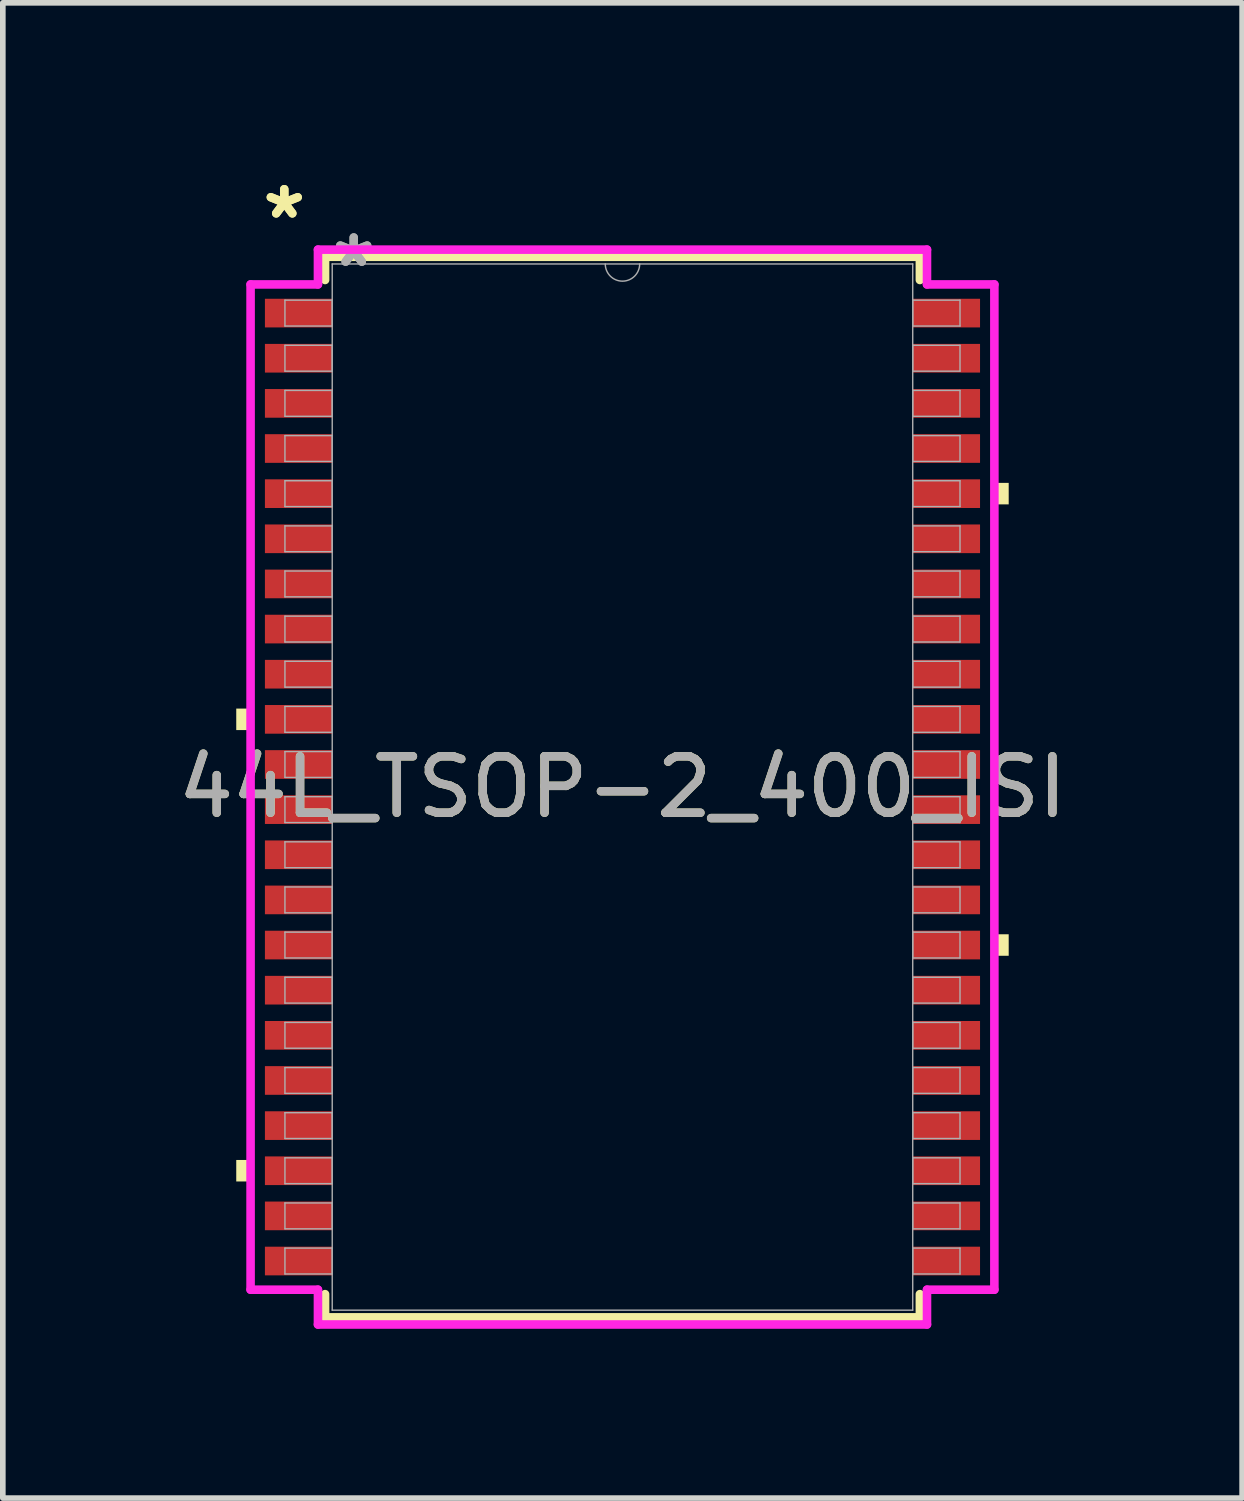
<source format=kicad_pcb>
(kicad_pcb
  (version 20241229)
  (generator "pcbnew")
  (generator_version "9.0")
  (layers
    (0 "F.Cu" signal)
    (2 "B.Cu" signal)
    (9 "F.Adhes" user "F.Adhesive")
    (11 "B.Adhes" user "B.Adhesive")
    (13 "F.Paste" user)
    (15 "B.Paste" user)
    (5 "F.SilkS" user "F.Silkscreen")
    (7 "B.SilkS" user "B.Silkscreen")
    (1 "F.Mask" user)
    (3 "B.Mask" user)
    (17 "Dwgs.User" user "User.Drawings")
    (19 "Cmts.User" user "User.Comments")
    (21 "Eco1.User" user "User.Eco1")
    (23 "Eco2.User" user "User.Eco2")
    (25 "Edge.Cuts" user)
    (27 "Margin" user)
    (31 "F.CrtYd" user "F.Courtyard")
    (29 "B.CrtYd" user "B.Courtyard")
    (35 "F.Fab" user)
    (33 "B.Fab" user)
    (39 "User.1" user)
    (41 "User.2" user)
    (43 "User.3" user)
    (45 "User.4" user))
  (footprint "44L_TSOP-2_400_ISI"
    (layer "F.Cu")
    (at 7.982 10.899)
    (property "Reference" "44L_TSOP-2_400_ISI" (at 0 0 0) (unlocked yes) (layer "F.SilkS") (effects (font (size 1 1) (thickness 0.15))))
    (attr smd)
    (fp_line (start -5.271 -9.398) (end -5.271 -8.987) (stroke (width 0.152) (type solid)) (layer "F.SilkS"))
    (fp_line (start -5.271 8.987) (end -5.271 9.398) (stroke (width 0.152) (type solid)) (layer "F.SilkS"))
    (fp_line (start -5.271 9.398) (end 5.271 9.398) (stroke (width 0.152) (type solid)) (layer "F.SilkS"))
    (fp_line (start 5.271 -9.398) (end -5.271 -9.398) (stroke (width 0.152) (type solid)) (layer "F.SilkS"))
    (fp_line (start 5.271 -8.987) (end 5.271 -9.398) (stroke (width 0.152) (type solid)) (layer "F.SilkS"))
    (fp_line (start 5.271 9.398) (end 5.271 8.987) (stroke (width 0.152) (type solid)) (layer "F.SilkS"))
    (fp_poly (pts (xy -6.845 -1.391) (xy -6.845 -1.01) (xy -6.591 -1.01) (xy -6.591 -1.391)) (stroke (width 0) (type solid)) (fill yes) (layer "F.SilkS"))
    (fp_poly (pts (xy -6.845 6.609) (xy -6.845 6.99) (xy -6.591 6.99) (xy -6.591 6.609)) (stroke (width 0) (type solid)) (fill yes) (layer "F.SilkS"))
    (fp_poly (pts (xy 6.845 -5.391) (xy 6.845 -5.01) (xy 6.591 -5.01) (xy 6.591 -5.391)) (stroke (width 0) (type solid)) (fill yes) (layer "F.SilkS"))
    (fp_poly (pts (xy 6.845 2.609) (xy 6.845 2.99) (xy 6.591 2.99) (xy 6.591 2.609)) (stroke (width 0) (type solid)) (fill yes) (layer "F.SilkS"))
    (fp_line (start -6.591 -8.908) (end -5.397 -8.908) (stroke (width 0.152) (type solid)) (layer "F.CrtYd"))
    (fp_line (start -6.591 8.908) (end -6.591 -8.908) (stroke (width 0.152) (type solid)) (layer "F.CrtYd"))
    (fp_line (start -6.591 8.908) (end -5.397 8.908) (stroke (width 0.152) (type solid)) (layer "F.CrtYd"))
    (fp_line (start -5.397 -9.525) (end 5.397 -9.525) (stroke (width 0.152) (type solid)) (layer "F.CrtYd"))
    (fp_line (start -5.397 -8.908) (end -5.397 -9.525) (stroke (width 0.152) (type solid)) (layer "F.CrtYd"))
    (fp_line (start -5.397 9.525) (end -5.397 8.908) (stroke (width 0.152) (type solid)) (layer "F.CrtYd"))
    (fp_line (start 5.397 -9.525) (end 5.397 -8.908) (stroke (width 0.152) (type solid)) (layer "F.CrtYd"))
    (fp_line (start 5.397 8.908) (end 5.397 9.525) (stroke (width 0.152) (type solid)) (layer "F.CrtYd"))
    (fp_line (start 5.397 9.525) (end -5.397 9.525) (stroke (width 0.152) (type solid)) (layer "F.CrtYd"))
    (fp_line (start 6.591 -8.908) (end 5.397 -8.908) (stroke (width 0.152) (type solid)) (layer "F.CrtYd"))
    (fp_line (start 6.591 -8.908) (end 6.591 8.908) (stroke (width 0.152) (type solid)) (layer "F.CrtYd"))
    (fp_line (start 6.591 8.908) (end 5.397 8.908) (stroke (width 0.152) (type solid)) (layer "F.CrtYd"))
    (fp_line (start -5.982 -8.629) (end -5.982 -8.171) (stroke (width 0.025) (type solid)) (layer "F.Fab"))
    (fp_line (start -5.982 -8.171) (end -5.144 -8.171) (stroke (width 0.025) (type solid)) (layer "F.Fab"))
    (fp_line (start -5.982 -7.829) (end -5.982 -7.371) (stroke (width 0.025) (type solid)) (layer "F.Fab"))
    (fp_line (start -5.982 -7.371) (end -5.144 -7.371) (stroke (width 0.025) (type solid)) (layer "F.Fab"))
    (fp_line (start -5.982 -7.029) (end -5.982 -6.571) (stroke (width 0.025) (type solid)) (layer "F.Fab"))
    (fp_line (start -5.982 -6.571) (end -5.144 -6.571) (stroke (width 0.025) (type solid)) (layer "F.Fab"))
    (fp_line (start -5.982 -6.229) (end -5.982 -5.771) (stroke (width 0.025) (type solid)) (layer "F.Fab"))
    (fp_line (start -5.982 -5.771) (end -5.144 -5.771) (stroke (width 0.025) (type solid)) (layer "F.Fab"))
    (fp_line (start -5.982 -5.429) (end -5.982 -4.971) (stroke (width 0.025) (type solid)) (layer "F.Fab"))
    (fp_line (start -5.982 -4.971) (end -5.144 -4.971) (stroke (width 0.025) (type solid)) (layer "F.Fab"))
    (fp_line (start -5.982 -4.629) (end -5.982 -4.171) (stroke (width 0.025) (type solid)) (layer "F.Fab"))
    (fp_line (start -5.982 -4.171) (end -5.144 -4.171) (stroke (width 0.025) (type solid)) (layer "F.Fab"))
    (fp_line (start -5.982 -3.829) (end -5.982 -3.371) (stroke (width 0.025) (type solid)) (layer "F.Fab"))
    (fp_line (start -5.982 -3.371) (end -5.144 -3.371) (stroke (width 0.025) (type solid)) (layer "F.Fab"))
    (fp_line (start -5.982 -3.029) (end -5.982 -2.571) (stroke (width 0.025) (type solid)) (layer "F.Fab"))
    (fp_line (start -5.982 -2.571) (end -5.144 -2.571) (stroke (width 0.025) (type solid)) (layer "F.Fab"))
    (fp_line (start -5.982 -2.229) (end -5.982 -1.771) (stroke (width 0.025) (type solid)) (layer "F.Fab"))
    (fp_line (start -5.982 -1.771) (end -5.144 -1.771) (stroke (width 0.025) (type solid)) (layer "F.Fab"))
    (fp_line (start -5.982 -1.429) (end -5.982 -0.971) (stroke (width 0.025) (type solid)) (layer "F.Fab"))
    (fp_line (start -5.982 -0.971) (end -5.144 -0.971) (stroke (width 0.025) (type solid)) (layer "F.Fab"))
    (fp_line (start -5.982 -0.629) (end -5.982 -0.171) (stroke (width 0.025) (type solid)) (layer "F.Fab"))
    (fp_line (start -5.982 -0.171) (end -5.144 -0.171) (stroke (width 0.025) (type solid)) (layer "F.Fab"))
    (fp_line (start -5.982 0.171) (end -5.982 0.629) (stroke (width 0.025) (type solid)) (layer "F.Fab"))
    (fp_line (start -5.982 0.629) (end -5.144 0.629) (stroke (width 0.025) (type solid)) (layer "F.Fab"))
    (fp_line (start -5.982 0.971) (end -5.982 1.429) (stroke (width 0.025) (type solid)) (layer "F.Fab"))
    (fp_line (start -5.982 1.429) (end -5.144 1.429) (stroke (width 0.025) (type solid)) (layer "F.Fab"))
    (fp_line (start -5.982 1.771) (end -5.982 2.229) (stroke (width 0.025) (type solid)) (layer "F.Fab"))
    (fp_line (start -5.982 2.229) (end -5.144 2.229) (stroke (width 0.025) (type solid)) (layer "F.Fab"))
    (fp_line (start -5.982 2.571) (end -5.982 3.029) (stroke (width 0.025) (type solid)) (layer "F.Fab"))
    (fp_line (start -5.982 3.029) (end -5.144 3.029) (stroke (width 0.025) (type solid)) (layer "F.Fab"))
    (fp_line (start -5.982 3.371) (end -5.982 3.829) (stroke (width 0.025) (type solid)) (layer "F.Fab"))
    (fp_line (start -5.982 3.829) (end -5.144 3.829) (stroke (width 0.025) (type solid)) (layer "F.Fab"))
    (fp_line (start -5.982 4.171) (end -5.982 4.629) (stroke (width 0.025) (type solid)) (layer "F.Fab"))
    (fp_line (start -5.982 4.629) (end -5.144 4.629) (stroke (width 0.025) (type solid)) (layer "F.Fab"))
    (fp_line (start -5.982 4.971) (end -5.982 5.429) (stroke (width 0.025) (type solid)) (layer "F.Fab"))
    (fp_line (start -5.982 5.429) (end -5.144 5.429) (stroke (width 0.025) (type solid)) (layer "F.Fab"))
    (fp_line (start -5.982 5.771) (end -5.982 6.229) (stroke (width 0.025) (type solid)) (layer "F.Fab"))
    (fp_line (start -5.982 6.229) (end -5.144 6.229) (stroke (width 0.025) (type solid)) (layer "F.Fab"))
    (fp_line (start -5.982 6.571) (end -5.982 7.029) (stroke (width 0.025) (type solid)) (layer "F.Fab"))
    (fp_line (start -5.982 7.029) (end -5.144 7.029) (stroke (width 0.025) (type solid)) (layer "F.Fab"))
    (fp_line (start -5.982 7.371) (end -5.982 7.829) (stroke (width 0.025) (type solid)) (layer "F.Fab"))
    (fp_line (start -5.982 7.829) (end -5.144 7.829) (stroke (width 0.025) (type solid)) (layer "F.Fab"))
    (fp_line (start -5.982 8.171) (end -5.982 8.629) (stroke (width 0.025) (type solid)) (layer "F.Fab"))
    (fp_line (start -5.982 8.629) (end -5.144 8.629) (stroke (width 0.025) (type solid)) (layer "F.Fab"))
    (fp_line (start -5.144 -9.271) (end -5.144 9.271) (stroke (width 0.025) (type solid)) (layer "F.Fab"))
    (fp_line (start -5.144 -8.629) (end -5.982 -8.629) (stroke (width 0.025) (type solid)) (layer "F.Fab"))
    (fp_line (start -5.144 -8.171) (end -5.144 -8.629) (stroke (width 0.025) (type solid)) (layer "F.Fab"))
    (fp_line (start -5.144 -7.829) (end -5.982 -7.829) (stroke (width 0.025) (type solid)) (layer "F.Fab"))
    (fp_line (start -5.144 -7.371) (end -5.144 -7.829) (stroke (width 0.025) (type solid)) (layer "F.Fab"))
    (fp_line (start -5.144 -7.029) (end -5.982 -7.029) (stroke (width 0.025) (type solid)) (layer "F.Fab"))
    (fp_line (start -5.144 -6.571) (end -5.144 -7.029) (stroke (width 0.025) (type solid)) (layer "F.Fab"))
    (fp_line (start -5.144 -6.229) (end -5.982 -6.229) (stroke (width 0.025) (type solid)) (layer "F.Fab"))
    (fp_line (start -5.144 -5.771) (end -5.144 -6.229) (stroke (width 0.025) (type solid)) (layer "F.Fab"))
    (fp_line (start -5.144 -5.429) (end -5.982 -5.429) (stroke (width 0.025) (type solid)) (layer "F.Fab"))
    (fp_line (start -5.144 -4.971) (end -5.144 -5.429) (stroke (width 0.025) (type solid)) (layer "F.Fab"))
    (fp_line (start -5.144 -4.629) (end -5.982 -4.629) (stroke (width 0.025) (type solid)) (layer "F.Fab"))
    (fp_line (start -5.144 -4.171) (end -5.144 -4.629) (stroke (width 0.025) (type solid)) (layer "F.Fab"))
    (fp_line (start -5.144 -3.829) (end -5.982 -3.829) (stroke (width 0.025) (type solid)) (layer "F.Fab"))
    (fp_line (start -5.144 -3.371) (end -5.144 -3.829) (stroke (width 0.025) (type solid)) (layer "F.Fab"))
    (fp_line (start -5.144 -3.029) (end -5.982 -3.029) (stroke (width 0.025) (type solid)) (layer "F.Fab"))
    (fp_line (start -5.144 -2.571) (end -5.144 -3.029) (stroke (width 0.025) (type solid)) (layer "F.Fab"))
    (fp_line (start -5.144 -2.229) (end -5.982 -2.229) (stroke (width 0.025) (type solid)) (layer "F.Fab"))
    (fp_line (start -5.144 -1.771) (end -5.144 -2.229) (stroke (width 0.025) (type solid)) (layer "F.Fab"))
    (fp_line (start -5.144 -1.429) (end -5.982 -1.429) (stroke (width 0.025) (type solid)) (layer "F.Fab"))
    (fp_line (start -5.144 -0.971) (end -5.144 -1.429) (stroke (width 0.025) (type solid)) (layer "F.Fab"))
    (fp_line (start -5.144 -0.629) (end -5.982 -0.629) (stroke (width 0.025) (type solid)) (layer "F.Fab"))
    (fp_line (start -5.144 -0.171) (end -5.144 -0.629) (stroke (width 0.025) (type solid)) (layer "F.Fab"))
    (fp_line (start -5.144 0.171) (end -5.982 0.171) (stroke (width 0.025) (type solid)) (layer "F.Fab"))
    (fp_line (start -5.144 0.629) (end -5.144 0.171) (stroke (width 0.025) (type solid)) (layer "F.Fab"))
    (fp_line (start -5.144 0.971) (end -5.982 0.971) (stroke (width 0.025) (type solid)) (layer "F.Fab"))
    (fp_line (start -5.144 1.429) (end -5.144 0.971) (stroke (width 0.025) (type solid)) (layer "F.Fab"))
    (fp_line (start -5.144 1.771) (end -5.982 1.771) (stroke (width 0.025) (type solid)) (layer "F.Fab"))
    (fp_line (start -5.144 2.229) (end -5.144 1.771) (stroke (width 0.025) (type solid)) (layer "F.Fab"))
    (fp_line (start -5.144 2.571) (end -5.982 2.571) (stroke (width 0.025) (type solid)) (layer "F.Fab"))
    (fp_line (start -5.144 3.029) (end -5.144 2.571) (stroke (width 0.025) (type solid)) (layer "F.Fab"))
    (fp_line (start -5.144 3.371) (end -5.982 3.371) (stroke (width 0.025) (type solid)) (layer "F.Fab"))
    (fp_line (start -5.144 3.829) (end -5.144 3.371) (stroke (width 0.025) (type solid)) (layer "F.Fab"))
    (fp_line (start -5.144 4.171) (end -5.982 4.171) (stroke (width 0.025) (type solid)) (layer "F.Fab"))
    (fp_line (start -5.144 4.629) (end -5.144 4.171) (stroke (width 0.025) (type solid)) (layer "F.Fab"))
    (fp_line (start -5.144 4.971) (end -5.982 4.971) (stroke (width 0.025) (type solid)) (layer "F.Fab"))
    (fp_line (start -5.144 5.429) (end -5.144 4.971) (stroke (width 0.025) (type solid)) (layer "F.Fab"))
    (fp_line (start -5.144 5.771) (end -5.982 5.771) (stroke (width 0.025) (type solid)) (layer "F.Fab"))
    (fp_line (start -5.144 6.229) (end -5.144 5.771) (stroke (width 0.025) (type solid)) (layer "F.Fab"))
    (fp_line (start -5.144 6.571) (end -5.982 6.571) (stroke (width 0.025) (type solid)) (layer "F.Fab"))
    (fp_line (start -5.144 7.029) (end -5.144 6.571) (stroke (width 0.025) (type solid)) (layer "F.Fab"))
    (fp_line (start -5.144 7.371) (end -5.982 7.371) (stroke (width 0.025) (type solid)) (layer "F.Fab"))
    (fp_line (start -5.144 7.829) (end -5.144 7.371) (stroke (width 0.025) (type solid)) (layer "F.Fab"))
    (fp_line (start -5.144 8.171) (end -5.982 8.171) (stroke (width 0.025) (type solid)) (layer "F.Fab"))
    (fp_line (start -5.144 8.629) (end -5.144 8.171) (stroke (width 0.025) (type solid)) (layer "F.Fab"))
    (fp_line (start -5.144 9.271) (end 5.144 9.271) (stroke (width 0.025) (type solid)) (layer "F.Fab"))
    (fp_line (start 5.144 -9.271) (end -5.144 -9.271) (stroke (width 0.025) (type solid)) (layer "F.Fab"))
    (fp_line (start 5.144 -8.629) (end 5.144 -8.171) (stroke (width 0.025) (type solid)) (layer "F.Fab"))
    (fp_line (start 5.144 -8.171) (end 5.982 -8.171) (stroke (width 0.025) (type solid)) (layer "F.Fab"))
    (fp_line (start 5.144 -7.829) (end 5.144 -7.371) (stroke (width 0.025) (type solid)) (layer "F.Fab"))
    (fp_line (start 5.144 -7.371) (end 5.982 -7.371) (stroke (width 0.025) (type solid)) (layer "F.Fab"))
    (fp_line (start 5.144 -7.029) (end 5.144 -6.571) (stroke (width 0.025) (type solid)) (layer "F.Fab"))
    (fp_line (start 5.144 -6.571) (end 5.982 -6.571) (stroke (width 0.025) (type solid)) (layer "F.Fab"))
    (fp_line (start 5.144 -6.229) (end 5.144 -5.771) (stroke (width 0.025) (type solid)) (layer "F.Fab"))
    (fp_line (start 5.144 -5.771) (end 5.982 -5.771) (stroke (width 0.025) (type solid)) (layer "F.Fab"))
    (fp_line (start 5.144 -5.429) (end 5.144 -4.971) (stroke (width 0.025) (type solid)) (layer "F.Fab"))
    (fp_line (start 5.144 -4.971) (end 5.982 -4.971) (stroke (width 0.025) (type solid)) (layer "F.Fab"))
    (fp_line (start 5.144 -4.629) (end 5.144 -4.171) (stroke (width 0.025) (type solid)) (layer "F.Fab"))
    (fp_line (start 5.144 -4.171) (end 5.982 -4.171) (stroke (width 0.025) (type solid)) (layer "F.Fab"))
    (fp_line (start 5.144 -3.829) (end 5.144 -3.371) (stroke (width 0.025) (type solid)) (layer "F.Fab"))
    (fp_line (start 5.144 -3.371) (end 5.982 -3.371) (stroke (width 0.025) (type solid)) (layer "F.Fab"))
    (fp_line (start 5.144 -3.029) (end 5.144 -2.571) (stroke (width 0.025) (type solid)) (layer "F.Fab"))
    (fp_line (start 5.144 -2.571) (end 5.982 -2.571) (stroke (width 0.025) (type solid)) (layer "F.Fab"))
    (fp_line (start 5.144 -2.229) (end 5.144 -1.771) (stroke (width 0.025) (type solid)) (layer "F.Fab"))
    (fp_line (start 5.144 -1.771) (end 5.982 -1.771) (stroke (width 0.025) (type solid)) (layer "F.Fab"))
    (fp_line (start 5.144 -1.429) (end 5.144 -0.971) (stroke (width 0.025) (type solid)) (layer "F.Fab"))
    (fp_line (start 5.144 -0.971) (end 5.982 -0.971) (stroke (width 0.025) (type solid)) (layer "F.Fab"))
    (fp_line (start 5.144 -0.629) (end 5.144 -0.171) (stroke (width 0.025) (type solid)) (layer "F.Fab"))
    (fp_line (start 5.144 -0.171) (end 5.982 -0.171) (stroke (width 0.025) (type solid)) (layer "F.Fab"))
    (fp_line (start 5.144 0.171) (end 5.144 0.629) (stroke (width 0.025) (type solid)) (layer "F.Fab"))
    (fp_line (start 5.144 0.629) (end 5.982 0.629) (stroke (width 0.025) (type solid)) (layer "F.Fab"))
    (fp_line (start 5.144 0.971) (end 5.144 1.429) (stroke (width 0.025) (type solid)) (layer "F.Fab"))
    (fp_line (start 5.144 1.429) (end 5.982 1.429) (stroke (width 0.025) (type solid)) (layer "F.Fab"))
    (fp_line (start 5.144 1.771) (end 5.144 2.229) (stroke (width 0.025) (type solid)) (layer "F.Fab"))
    (fp_line (start 5.144 2.229) (end 5.982 2.229) (stroke (width 0.025) (type solid)) (layer "F.Fab"))
    (fp_line (start 5.144 2.571) (end 5.144 3.029) (stroke (width 0.025) (type solid)) (layer "F.Fab"))
    (fp_line (start 5.144 3.029) (end 5.982 3.029) (stroke (width 0.025) (type solid)) (layer "F.Fab"))
    (fp_line (start 5.144 3.371) (end 5.144 3.829) (stroke (width 0.025) (type solid)) (layer "F.Fab"))
    (fp_line (start 5.144 3.829) (end 5.982 3.829) (stroke (width 0.025) (type solid)) (layer "F.Fab"))
    (fp_line (start 5.144 4.171) (end 5.144 4.629) (stroke (width 0.025) (type solid)) (layer "F.Fab"))
    (fp_line (start 5.144 4.629) (end 5.982 4.629) (stroke (width 0.025) (type solid)) (layer "F.Fab"))
    (fp_line (start 5.144 4.971) (end 5.144 5.429) (stroke (width 0.025) (type solid)) (layer "F.Fab"))
    (fp_line (start 5.144 5.429) (end 5.982 5.429) (stroke (width 0.025) (type solid)) (layer "F.Fab"))
    (fp_line (start 5.144 5.771) (end 5.144 6.229) (stroke (width 0.025) (type solid)) (layer "F.Fab"))
    (fp_line (start 5.144 6.229) (end 5.982 6.229) (stroke (width 0.025) (type solid)) (layer "F.Fab"))
    (fp_line (start 5.144 6.571) (end 5.144 7.029) (stroke (width 0.025) (type solid)) (layer "F.Fab"))
    (fp_line (start 5.144 7.029) (end 5.982 7.029) (stroke (width 0.025) (type solid)) (layer "F.Fab"))
    (fp_line (start 5.144 7.371) (end 5.144 7.829) (stroke (width 0.025) (type solid)) (layer "F.Fab"))
    (fp_line (start 5.144 7.829) (end 5.982 7.829) (stroke (width 0.025) (type solid)) (layer "F.Fab"))
    (fp_line (start 5.144 8.171) (end 5.144 8.629) (stroke (width 0.025) (type solid)) (layer "F.Fab"))
    (fp_line (start 5.144 8.629) (end 5.982 8.629) (stroke (width 0.025) (type solid)) (layer "F.Fab"))
    (fp_line (start 5.144 9.271) (end 5.144 -9.271) (stroke (width 0.025) (type solid)) (layer "F.Fab"))
    (fp_line (start 5.982 -8.629) (end 5.144 -8.629) (stroke (width 0.025) (type solid)) (layer "F.Fab"))
    (fp_line (start 5.982 -8.171) (end 5.982 -8.629) (stroke (width 0.025) (type solid)) (layer "F.Fab"))
    (fp_line (start 5.982 -7.829) (end 5.144 -7.829) (stroke (width 0.025) (type solid)) (layer "F.Fab"))
    (fp_line (start 5.982 -7.371) (end 5.982 -7.829) (stroke (width 0.025) (type solid)) (layer "F.Fab"))
    (fp_line (start 5.982 -7.029) (end 5.144 -7.029) (stroke (width 0.025) (type solid)) (layer "F.Fab"))
    (fp_line (start 5.982 -6.571) (end 5.982 -7.029) (stroke (width 0.025) (type solid)) (layer "F.Fab"))
    (fp_line (start 5.982 -6.229) (end 5.144 -6.229) (stroke (width 0.025) (type solid)) (layer "F.Fab"))
    (fp_line (start 5.982 -5.771) (end 5.982 -6.229) (stroke (width 0.025) (type solid)) (layer "F.Fab"))
    (fp_line (start 5.982 -5.429) (end 5.144 -5.429) (stroke (width 0.025) (type solid)) (layer "F.Fab"))
    (fp_line (start 5.982 -4.971) (end 5.982 -5.429) (stroke (width 0.025) (type solid)) (layer "F.Fab"))
    (fp_line (start 5.982 -4.629) (end 5.144 -4.629) (stroke (width 0.025) (type solid)) (layer "F.Fab"))
    (fp_line (start 5.982 -4.171) (end 5.982 -4.629) (stroke (width 0.025) (type solid)) (layer "F.Fab"))
    (fp_line (start 5.982 -3.829) (end 5.144 -3.829) (stroke (width 0.025) (type solid)) (layer "F.Fab"))
    (fp_line (start 5.982 -3.371) (end 5.982 -3.829) (stroke (width 0.025) (type solid)) (layer "F.Fab"))
    (fp_line (start 5.982 -3.029) (end 5.144 -3.029) (stroke (width 0.025) (type solid)) (layer "F.Fab"))
    (fp_line (start 5.982 -2.571) (end 5.982 -3.029) (stroke (width 0.025) (type solid)) (layer "F.Fab"))
    (fp_line (start 5.982 -2.229) (end 5.144 -2.229) (stroke (width 0.025) (type solid)) (layer "F.Fab"))
    (fp_line (start 5.982 -1.771) (end 5.982 -2.229) (stroke (width 0.025) (type solid)) (layer "F.Fab"))
    (fp_line (start 5.982 -1.429) (end 5.144 -1.429) (stroke (width 0.025) (type solid)) (layer "F.Fab"))
    (fp_line (start 5.982 -0.971) (end 5.982 -1.429) (stroke (width 0.025) (type solid)) (layer "F.Fab"))
    (fp_line (start 5.982 -0.629) (end 5.144 -0.629) (stroke (width 0.025) (type solid)) (layer "F.Fab"))
    (fp_line (start 5.982 -0.171) (end 5.982 -0.629) (stroke (width 0.025) (type solid)) (layer "F.Fab"))
    (fp_line (start 5.982 0.171) (end 5.144 0.171) (stroke (width 0.025) (type solid)) (layer "F.Fab"))
    (fp_line (start 5.982 0.629) (end 5.982 0.171) (stroke (width 0.025) (type solid)) (layer "F.Fab"))
    (fp_line (start 5.982 0.971) (end 5.144 0.971) (stroke (width 0.025) (type solid)) (layer "F.Fab"))
    (fp_line (start 5.982 1.429) (end 5.982 0.971) (stroke (width 0.025) (type solid)) (layer "F.Fab"))
    (fp_line (start 5.982 1.771) (end 5.144 1.771) (stroke (width 0.025) (type solid)) (layer "F.Fab"))
    (fp_line (start 5.982 2.229) (end 5.982 1.771) (stroke (width 0.025) (type solid)) (layer "F.Fab"))
    (fp_line (start 5.982 2.571) (end 5.144 2.571) (stroke (width 0.025) (type solid)) (layer "F.Fab"))
    (fp_line (start 5.982 3.029) (end 5.982 2.571) (stroke (width 0.025) (type solid)) (layer "F.Fab"))
    (fp_line (start 5.982 3.371) (end 5.144 3.371) (stroke (width 0.025) (type solid)) (layer "F.Fab"))
    (fp_line (start 5.982 3.829) (end 5.982 3.371) (stroke (width 0.025) (type solid)) (layer "F.Fab"))
    (fp_line (start 5.982 4.171) (end 5.144 4.171) (stroke (width 0.025) (type solid)) (layer "F.Fab"))
    (fp_line (start 5.982 4.629) (end 5.982 4.171) (stroke (width 0.025) (type solid)) (layer "F.Fab"))
    (fp_line (start 5.982 4.971) (end 5.144 4.971) (stroke (width 0.025) (type solid)) (layer "F.Fab"))
    (fp_line (start 5.982 5.429) (end 5.982 4.971) (stroke (width 0.025) (type solid)) (layer "F.Fab"))
    (fp_line (start 5.982 5.771) (end 5.144 5.771) (stroke (width 0.025) (type solid)) (layer "F.Fab"))
    (fp_line (start 5.982 6.229) (end 5.982 5.771) (stroke (width 0.025) (type solid)) (layer "F.Fab"))
    (fp_line (start 5.982 6.571) (end 5.144 6.571) (stroke (width 0.025) (type solid)) (layer "F.Fab"))
    (fp_line (start 5.982 7.029) (end 5.982 6.571) (stroke (width 0.025) (type solid)) (layer "F.Fab"))
    (fp_line (start 5.982 7.371) (end 5.144 7.371) (stroke (width 0.025) (type solid)) (layer "F.Fab"))
    (fp_line (start 5.982 7.829) (end 5.982 7.371) (stroke (width 0.025) (type solid)) (layer "F.Fab"))
    (fp_line (start 5.982 8.171) (end 5.144 8.171) (stroke (width 0.025) (type solid)) (layer "F.Fab"))
    (fp_line (start 5.982 8.629) (end 5.982 8.171) (stroke (width 0.025) (type solid)) (layer "F.Fab"))
    (fp_arc (start 0.3048 -9.271) (mid 0 -8.9662) (end -0.3048 -9.271) (stroke (width 0.0254) (type solid)) (layer "F.Fab"))
    (fp_text user "*" (at -5.994 -10.051 0) (unlocked yes) (layer "F.SilkS") (effects (font (size 1 1) (thickness 0.15))))
    (fp_text user "*" (at -5.994 -10.051 0) (layer "F.SilkS") (effects (font (size 1 1) (thickness 0.15))))
    (fp_text user "${REFERENCE}" (at 0 0 0) (unlocked yes) (layer "F.Fab") (effects (font (size 1 1) (thickness 0.15))))
    (fp_text user "*" (at -4.763 -9.195 0) (layer "F.Fab") (effects (font (size 1 1) (thickness 0.15))))
    (fp_text user "*" (at -4.763 -9.195 0) (unlocked yes) (layer "F.Fab") (effects (font (size 1 1) (thickness 0.15))))
    (pad "1" smd rect (at -5.74 -8.4) (size 1.194 0.508) (layers "F.Cu" "F.Mask" "F.Paste"))
    (pad "2" smd rect (at -5.74 -7.6) (size 1.194 0.508) (layers "F.Cu" "F.Mask" "F.Paste"))
    (pad "3" smd rect (at -5.74 -6.8) (size 1.194 0.508) (layers "F.Cu" "F.Mask" "F.Paste"))
    (pad "4" smd rect (at -5.74 -6) (size 1.194 0.508) (layers "F.Cu" "F.Mask" "F.Paste"))
    (pad "5" smd rect (at -5.74 -5.2) (size 1.194 0.508) (layers "F.Cu" "F.Mask" "F.Paste"))
    (pad "6" smd rect (at -5.74 -4.4) (size 1.194 0.508) (layers "F.Cu" "F.Mask" "F.Paste"))
    (pad "7" smd rect (at -5.74 -3.6) (size 1.194 0.508) (layers "F.Cu" "F.Mask" "F.Paste"))
    (pad "8" smd rect (at -5.74 -2.8) (size 1.194 0.508) (layers "F.Cu" "F.Mask" "F.Paste"))
    (pad "9" smd rect (at -5.74 -2) (size 1.194 0.508) (layers "F.Cu" "F.Mask" "F.Paste"))
    (pad "10" smd rect (at -5.74 -1.2) (size 1.194 0.508) (layers "F.Cu" "F.Mask" "F.Paste"))
    (pad "11" smd rect (at -5.74 -0.4) (size 1.194 0.508) (layers "F.Cu" "F.Mask" "F.Paste"))
    (pad "12" smd rect (at -5.74 0.4) (size 1.194 0.508) (layers "F.Cu" "F.Mask" "F.Paste"))
    (pad "13" smd rect (at -5.74 1.2) (size 1.194 0.508) (layers "F.Cu" "F.Mask" "F.Paste"))
    (pad "14" smd rect (at -5.74 2) (size 1.194 0.508) (layers "F.Cu" "F.Mask" "F.Paste"))
    (pad "15" smd rect (at -5.74 2.8) (size 1.194 0.508) (layers "F.Cu" "F.Mask" "F.Paste"))
    (pad "16" smd rect (at -5.74 3.6) (size 1.194 0.508) (layers "F.Cu" "F.Mask" "F.Paste"))
    (pad "17" smd rect (at -5.74 4.4) (size 1.194 0.508) (layers "F.Cu" "F.Mask" "F.Paste"))
    (pad "18" smd rect (at -5.74 5.2) (size 1.194 0.508) (layers "F.Cu" "F.Mask" "F.Paste"))
    (pad "19" smd rect (at -5.74 6) (size 1.194 0.508) (layers "F.Cu" "F.Mask" "F.Paste"))
    (pad "20" smd rect (at -5.74 6.8) (size 1.194 0.508) (layers "F.Cu" "F.Mask" "F.Paste"))
    (pad "21" smd rect (at -5.74 7.6) (size 1.194 0.508) (layers "F.Cu" "F.Mask" "F.Paste"))
    (pad "22" smd rect (at -5.74 8.4) (size 1.194 0.508) (layers "F.Cu" "F.Mask" "F.Paste"))
    (pad "23" smd rect (at 5.74 8.4) (size 1.194 0.508) (layers "F.Cu" "F.Mask" "F.Paste"))
    (pad "24" smd rect (at 5.74 7.6) (size 1.194 0.508) (layers "F.Cu" "F.Mask" "F.Paste"))
    (pad "25" smd rect (at 5.74 6.8) (size 1.194 0.508) (layers "F.Cu" "F.Mask" "F.Paste"))
    (pad "26" smd rect (at 5.74 6) (size 1.194 0.508) (layers "F.Cu" "F.Mask" "F.Paste"))
    (pad "27" smd rect (at 5.74 5.2) (size 1.194 0.508) (layers "F.Cu" "F.Mask" "F.Paste"))
    (pad "28" smd rect (at 5.74 4.4) (size 1.194 0.508) (layers "F.Cu" "F.Mask" "F.Paste"))
    (pad "29" smd rect (at 5.74 3.6) (size 1.194 0.508) (layers "F.Cu" "F.Mask" "F.Paste"))
    (pad "30" smd rect (at 5.74 2.8) (size 1.194 0.508) (layers "F.Cu" "F.Mask" "F.Paste"))
    (pad "31" smd rect (at 5.74 2) (size 1.194 0.508) (layers "F.Cu" "F.Mask" "F.Paste"))
    (pad "32" smd rect (at 5.74 1.2) (size 1.194 0.508) (layers "F.Cu" "F.Mask" "F.Paste"))
    (pad "33" smd rect (at 5.74 0.4) (size 1.194 0.508) (layers "F.Cu" "F.Mask" "F.Paste"))
    (pad "34" smd rect (at 5.74 -0.4) (size 1.194 0.508) (layers "F.Cu" "F.Mask" "F.Paste"))
    (pad "35" smd rect (at 5.74 -1.2) (size 1.194 0.508) (layers "F.Cu" "F.Mask" "F.Paste"))
    (pad "36" smd rect (at 5.74 -2) (size 1.194 0.508) (layers "F.Cu" "F.Mask" "F.Paste"))
    (pad "37" smd rect (at 5.74 -2.8) (size 1.194 0.508) (layers "F.Cu" "F.Mask" "F.Paste"))
    (pad "38" smd rect (at 5.74 -3.6) (size 1.194 0.508) (layers "F.Cu" "F.Mask" "F.Paste"))
    (pad "39" smd rect (at 5.74 -4.4) (size 1.194 0.508) (layers "F.Cu" "F.Mask" "F.Paste"))
    (pad "40" smd rect (at 5.74 -5.2) (size 1.194 0.508) (layers "F.Cu" "F.Mask" "F.Paste"))
    (pad "41" smd rect (at 5.74 -6) (size 1.194 0.508) (layers "F.Cu" "F.Mask" "F.Paste"))
    (pad "42" smd rect (at 5.74 -6.8) (size 1.194 0.508) (layers "F.Cu" "F.Mask" "F.Paste"))
    (pad "43" smd rect (at 5.74 -7.6) (size 1.194 0.508) (layers "F.Cu" "F.Mask" "F.Paste"))
    (pad "44" smd rect (at 5.74 -8.4) (size 1.194 0.508) (layers "F.Cu" "F.Mask" "F.Paste")))
  (gr_rect
    (start -3 -3)
    (end 18.964 23.5)
    (stroke (width 0.1) (type default))
    (fill no)
    (layer "Edge.Cuts")))
</source>
